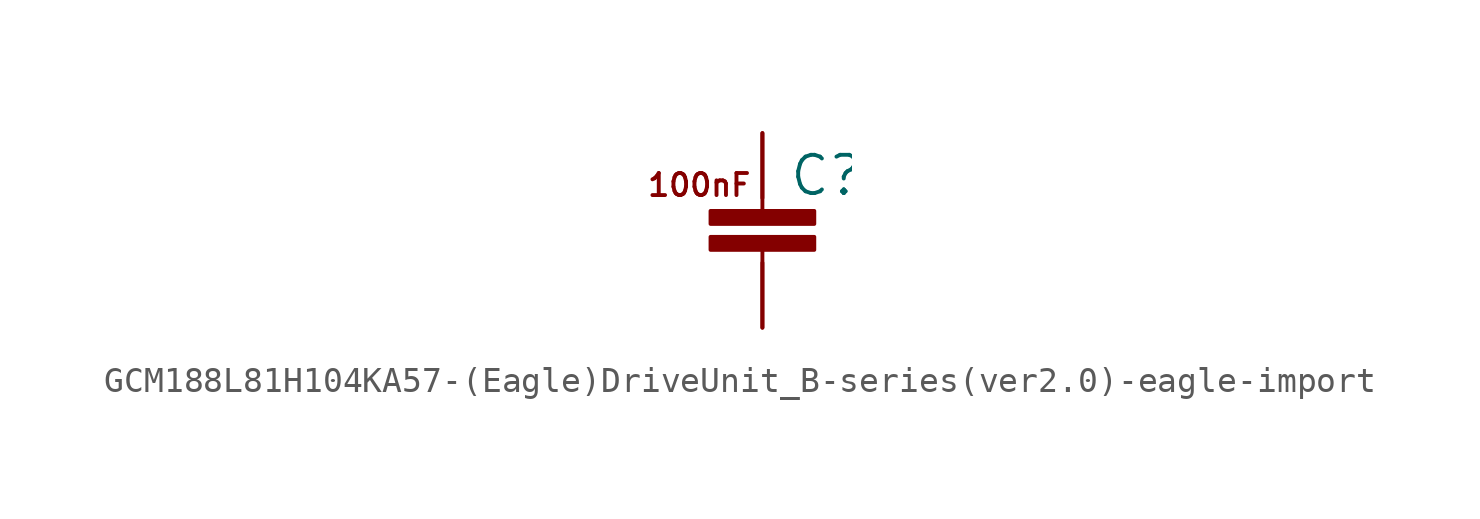
<source format=kicad_sym>
(kicad_symbol_lib
  (version 20220914)
  (generator kicad_symbol_editor)
  (symbol "GCM188L81H104KA57-(Eagle)DriveUnit_B-series(ver2.0)-eagle-import"
    (pin_names
      (offset 1.016))
    (property "Reference" "C"
      (at 1.016 0 0)
      (effects (font (size 1.499 1.499)) (justify left bottom)))
    (property "ki_locked" ""
      (at 0 0 0)
      (effects (font (size 1.27 1.27))))
    (symbol "GCM188L81H104KA57-(Eagle)DriveUnit_B-series(ver2.0)-eagle-import_1_0"
      (rectangle (start -2.032 -2.032) (end 2.032 -1.524) (stroke (width 0) (type solid)) (fill (type outline)))
      (rectangle (start -2.032 -1.016) (end 2.032 -0.508) (stroke (width 0) (type solid)) (fill (type outline)))
      (polyline (pts (xy 0 -5.08) (xy 0 -2.032)) (stroke (width 0) (type solid)) (fill (type none)))
      (polyline (pts (xy 0 -0.508) (xy 0 2.54)) (stroke (width 0) (type solid)) (fill (type none)))
      (text "100nF" (at -4.572 0 0) (effects (font (size 0.864 0.864)) (justify left bottom)))
      (pin bidirectional line (at 0 2.54 270) (length 2.54) (name "P$1" (effects (font (size 0 0)))) (number "P$1" (effects (font (size 0 0)))))
      (pin bidirectional line (at 0 -5.08 90) (length 2.54) (name "P$2" (effects (font (size 0 0)))) (number "P$2" (effects (font (size 0 0))))))))
</source>
